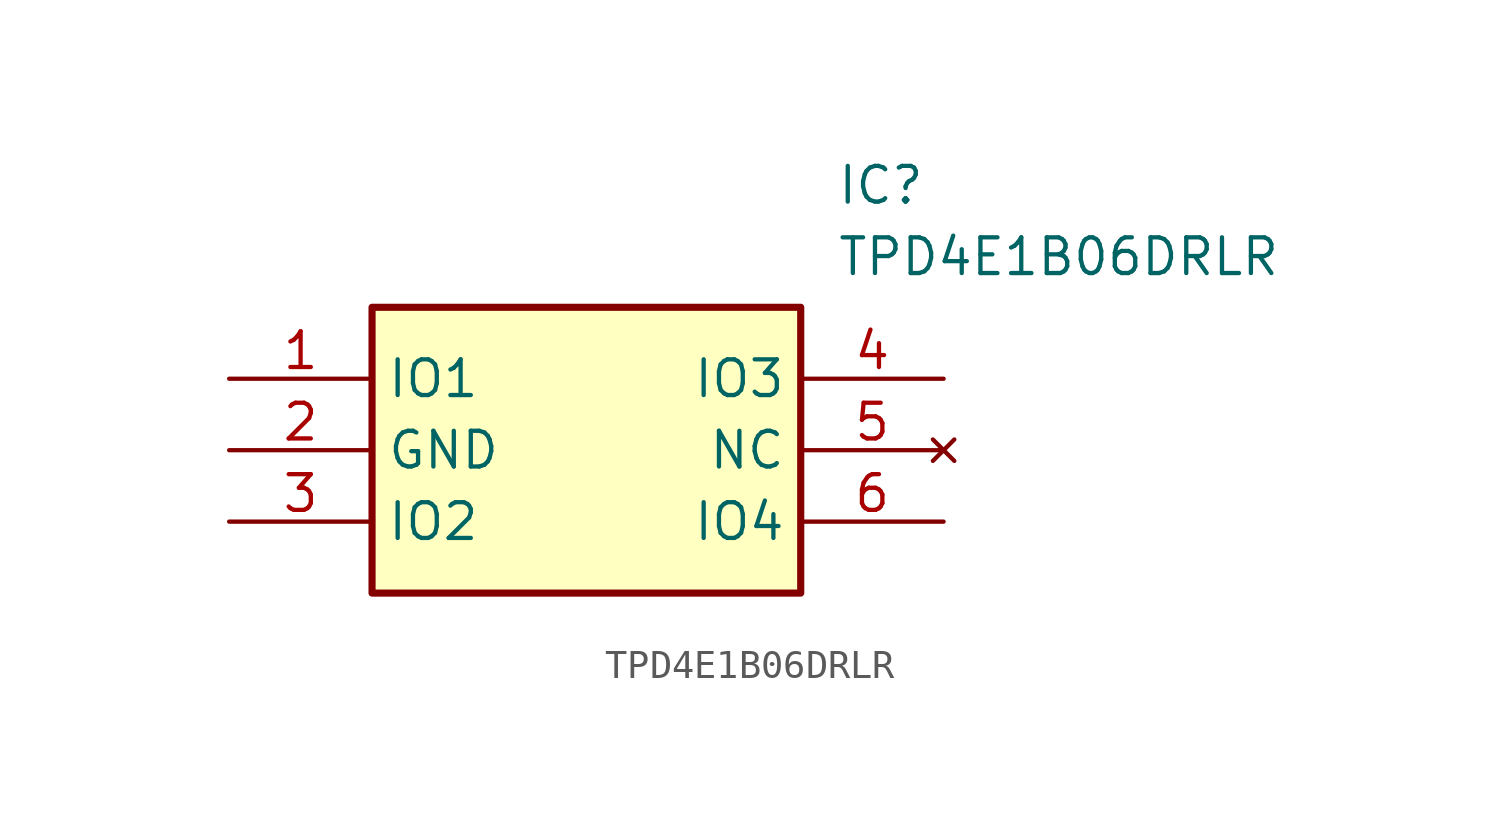
<source format=kicad_sym>
(kicad_symbol_lib
  (version 20231120)
  (generator "kicad_symbol_editor")
  (generator_version "8.0")
  (symbol "TPD4E1B06DRLR"
    (property "Reference" "IC"
      (at 21.59 7.62 0)
      (effects (font (size 1.27 1.27)) (justify left top)))
    (property "Value" "TPD4E1B06DRLR"
      (at 21.59 5.08 0)
      (effects (font (size 1.27 1.27)) (justify left top)))
    (symbol "TPD4E1B06DRLR_1_1"
      (rectangle (start 5.08 2.54) (end 20.32 -7.62) (stroke (width 0.254) (type default)) (fill (type background)))
      (pin passive line (at 0 0 0) (length 5.08) (name "IO1" (effects (font (size 1.27 1.27)))) (number "1" (effects (font (size 1.27 1.27)))))
      (pin passive line (at 0 -2.54 0) (length 5.08) (name "GND" (effects (font (size 1.27 1.27)))) (number "2" (effects (font (size 1.27 1.27)))))
      (pin passive line (at 0 -5.08 0) (length 5.08) (name "IO2" (effects (font (size 1.27 1.27)))) (number "3" (effects (font (size 1.27 1.27)))))
      (pin passive line (at 25.4 0 180) (length 5.08) (name "IO3" (effects (font (size 1.27 1.27)))) (number "4" (effects (font (size 1.27 1.27)))))
      (pin no_connect line (at 25.4 -2.54 180) (length 5.08) (name "NC" (effects (font (size 1.27 1.27)))) (number "5" (effects (font (size 1.27 1.27)))))
      (pin passive line (at 25.4 -5.08 180) (length 5.08) (name "IO4" (effects (font (size 1.27 1.27)))) (number "6" (effects (font (size 1.27 1.27))))))))
</source>
